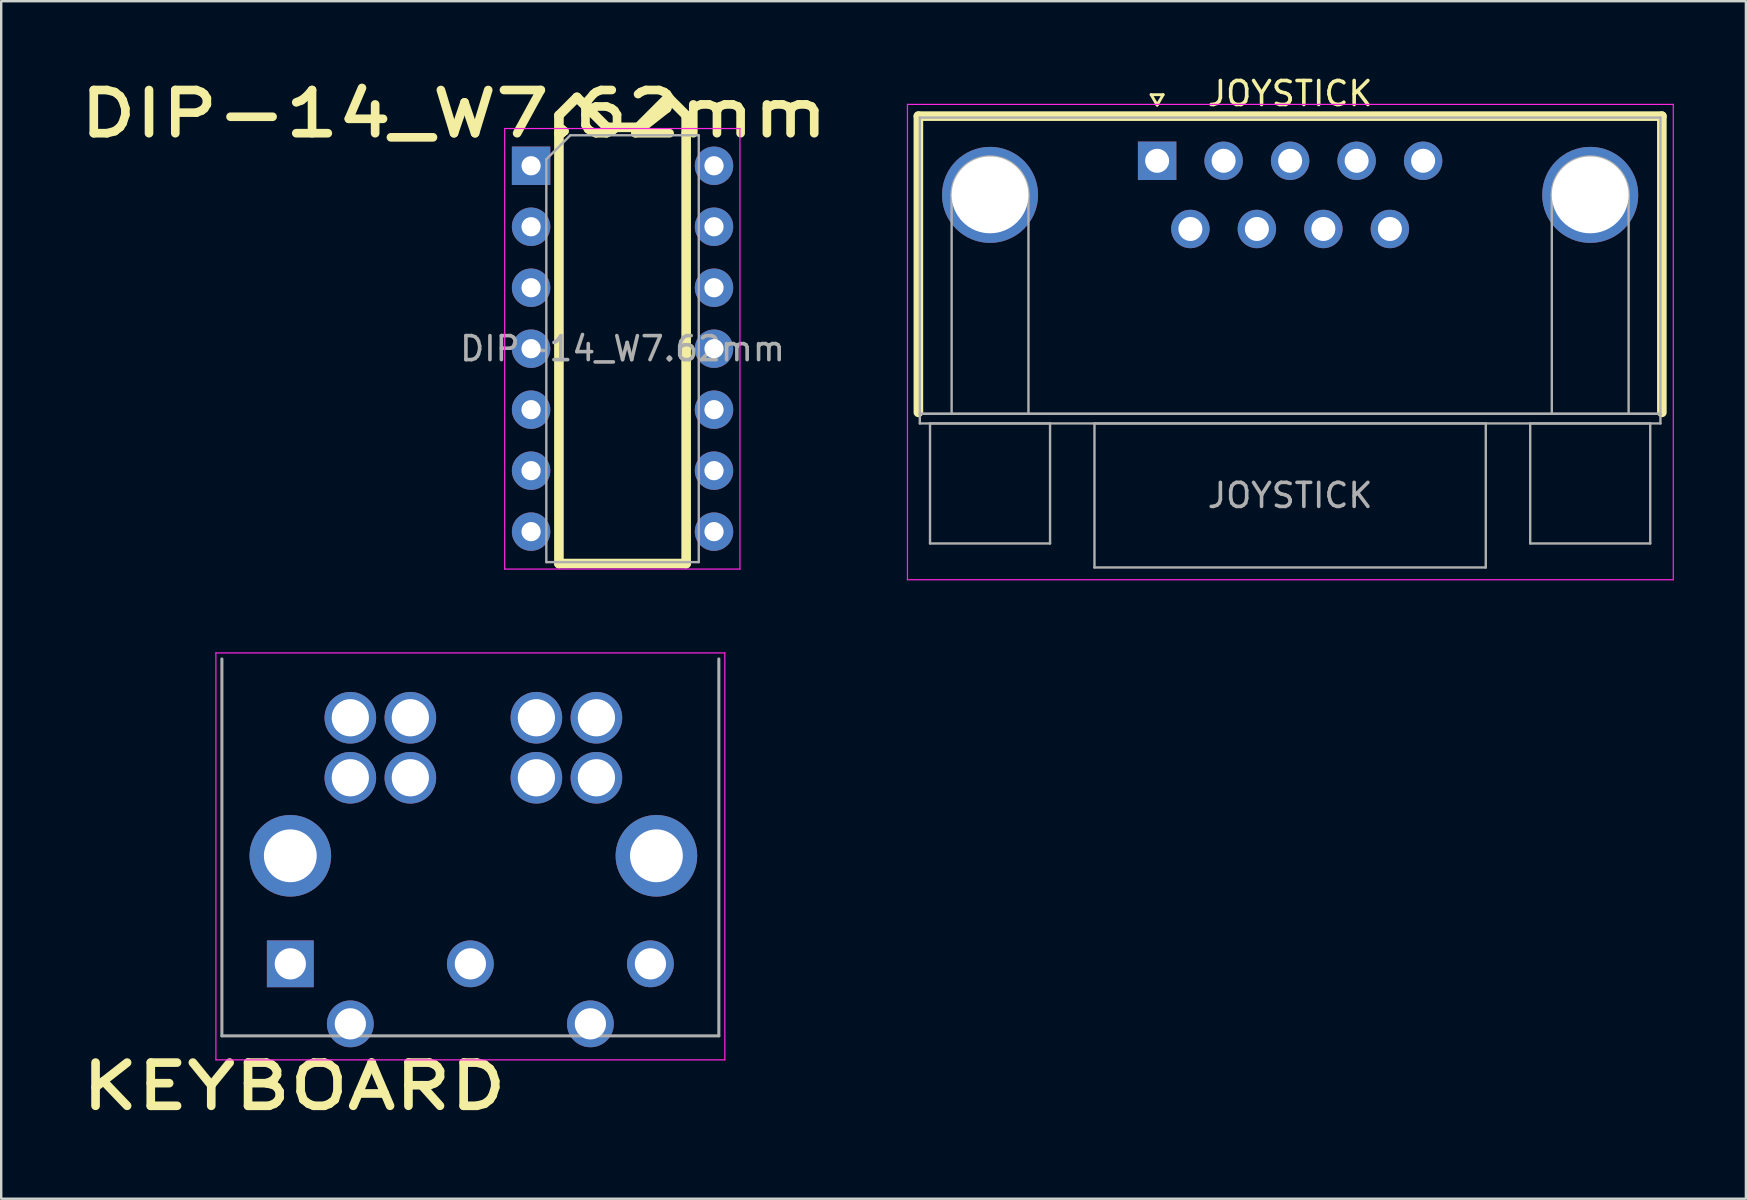
<source format=kicad_pcb>
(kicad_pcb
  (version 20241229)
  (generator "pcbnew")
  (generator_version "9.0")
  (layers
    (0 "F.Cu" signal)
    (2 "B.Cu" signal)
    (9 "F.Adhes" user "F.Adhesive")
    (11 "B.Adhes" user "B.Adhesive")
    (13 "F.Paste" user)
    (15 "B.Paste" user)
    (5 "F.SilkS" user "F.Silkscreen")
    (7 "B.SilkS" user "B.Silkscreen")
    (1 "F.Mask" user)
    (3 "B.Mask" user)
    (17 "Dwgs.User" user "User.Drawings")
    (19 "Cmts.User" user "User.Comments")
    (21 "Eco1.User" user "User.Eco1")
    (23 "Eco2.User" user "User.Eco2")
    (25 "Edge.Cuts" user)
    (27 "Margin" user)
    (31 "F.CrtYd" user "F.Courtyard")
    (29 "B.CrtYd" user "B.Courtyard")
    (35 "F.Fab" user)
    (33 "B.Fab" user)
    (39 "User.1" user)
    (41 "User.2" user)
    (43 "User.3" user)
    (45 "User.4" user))
  (footprint "DIP-14_W7.62mm"
    (layer "F.Cu")
    (at 19.052 3.845)
    (property "Reference" "DIP-14_W7.62mm" (at -3.19 -2.16 0) (layer "F.SilkS") (effects (font (size 1.8 2.3) (thickness 0.36) (bold yes))))
    (attr through_hole)
    (fp_line (start 1.18 -2.09) (end 1.93 -2.84) (stroke (width 0.4) (type default)) (layer "F.SilkS"))
    (fp_line (start 1.18 -1.32) (end 1.18 -2.09) (stroke (width 0.4) (type default)) (layer "F.SilkS"))
    (fp_line (start 1.18 -1.32) (end 1.18 16.58) (stroke (width 0.4) (type solid)) (layer "F.SilkS"))
    (fp_line (start 1.18 16.58) (end 6.48 16.58) (stroke (width 0.4) (type solid)) (layer "F.SilkS"))
    (fp_line (start 1.93 -2.84) (end 3.18 -1.59) (stroke (width 0.4) (type default)) (layer "F.SilkS"))
    (fp_line (start 3.18 -1.59) (end 4.48 -1.59) (stroke (width 0.4) (type default)) (layer "F.SilkS"))
    (fp_line (start 5.73 -2.84) (end 4.48 -1.59) (stroke (width 0.4) (type default)) (layer "F.SilkS"))
    (fp_line (start 6.48 -2.09) (end 5.73 -2.84) (stroke (width 0.4) (type default)) (layer "F.SilkS"))
    (fp_line (start 6.48 -1.32) (end 6.48 -2.09) (stroke (width 0.4) (type default)) (layer "F.SilkS"))
    (fp_line (start 6.48 16.58) (end 6.48 -1.32) (stroke (width 0.4) (type solid)) (layer "F.SilkS"))
    (fp_line (start -1.08 -1.54) (end -1.08 16.81) (stroke (width 0.05) (type solid)) (layer "F.CrtYd"))
    (fp_line (start -1.08 16.81) (end 8.72 16.81) (stroke (width 0.05) (type solid)) (layer "F.CrtYd"))
    (fp_line (start 8.72 -1.54) (end -1.08 -1.54) (stroke (width 0.05) (type solid)) (layer "F.CrtYd"))
    (fp_line (start 8.72 16.81) (end 8.72 -1.54) (stroke (width 0.05) (type solid)) (layer "F.CrtYd"))
    (fp_line (start 0.655 -0.26) (end 1.655 -1.26) (stroke (width 0.1) (type solid)) (layer "F.Fab"))
    (fp_line (start 0.655 16.52) (end 0.655 -0.26) (stroke (width 0.1) (type solid)) (layer "F.Fab"))
    (fp_line (start 1.655 -1.26) (end 7.005 -1.26) (stroke (width 0.1) (type solid)) (layer "F.Fab"))
    (fp_line (start 7.005 -1.26) (end 7.005 16.52) (stroke (width 0.1) (type solid)) (layer "F.Fab"))
    (fp_line (start 7.005 16.52) (end 0.655 16.52) (stroke (width 0.1) (type solid)) (layer "F.Fab"))
    (fp_text user "${REFERENCE}" (at 3.83 7.63 0) (layer "F.Fab") (effects (font (size 1 1) (thickness 0.15))))
    (pad "1" thru_hole rect (at 0.02 0.01) (size 1.6 1.6) (drill 0.8) (layers "*.Cu" "*.Mask"))
    (pad "2" thru_hole oval (at 0.02 2.55) (size 1.6 1.6) (drill 0.8) (layers "*.Cu" "*.Mask"))
    (pad "3" thru_hole oval (at 0.02 5.09) (size 1.6 1.6) (drill 0.8) (layers "*.Cu" "*.Mask"))
    (pad "4" thru_hole oval (at 0.02 7.63) (size 1.6 1.6) (drill 0.8) (layers "*.Cu" "*.Mask"))
    (pad "5" thru_hole oval (at 0.02 10.17) (size 1.6 1.6) (drill 0.8) (layers "*.Cu" "*.Mask"))
    (pad "6" thru_hole oval (at 0.02 12.71) (size 1.6 1.6) (drill 0.8) (layers "*.Cu" "*.Mask"))
    (pad "7" thru_hole oval (at 0.02 15.25) (size 1.6 1.6) (drill 0.8) (layers "*.Cu" "*.Mask"))
    (pad "8" thru_hole oval (at 7.64 15.25) (size 1.6 1.6) (drill 0.8) (layers "*.Cu" "*.Mask"))
    (pad "9" thru_hole oval (at 7.64 12.71) (size 1.6 1.6) (drill 0.8) (layers "*.Cu" "*.Mask"))
    (pad "10" thru_hole oval (at 7.64 10.17) (size 1.6 1.6) (drill 0.8) (layers "*.Cu" "*.Mask"))
    (pad "11" thru_hole oval (at 7.64 7.63) (size 1.6 1.6) (drill 0.8) (layers "*.Cu" "*.Mask"))
    (pad "12" thru_hole oval (at 7.64 5.09) (size 1.6 1.6) (drill 0.8) (layers "*.Cu" "*.Mask"))
    (pad "13" thru_hole oval (at 7.64 2.55) (size 1.6 1.6) (drill 0.8) (layers "*.Cu" "*.Mask"))
    (pad "14" thru_hole oval (at 7.64 0.01) (size 1.6 1.6) (drill 0.8) (layers "*.Cu" "*.Mask")))
  (footprint "KEYBOARD"
    (layer "F.Cu")
    (at 9.043 37.098)
    (property "Reference" "KEYBOARD" (at 9.21 5.1 180) (layer "F.SilkS") (effects (font (size 1.8 2.3) (thickness 0.36) (bold yes)) (justify right)))
    (attr through_hole)
    (fp_line (start -3.1 -12.95) (end -3.1 4) (stroke (width 0.05) (type solid)) (layer "F.CrtYd"))
    (fp_line (start -3.1 4) (end 18.1 4) (stroke (width 0.05) (type solid)) (layer "F.CrtYd"))
    (fp_line (start 18.1 -12.95) (end -3.1 -12.95) (stroke (width 0.05) (type solid)) (layer "F.CrtYd"))
    (fp_line (start 18.1 4) (end 18.1 -12.95) (stroke (width 0.05) (type solid)) (layer "F.CrtYd"))
    (fp_line (start -2.85 3) (end -2.85 -12.7) (stroke (width 0.127) (type solid)) (layer "F.Fab"))
    (fp_line (start 17.85 -12.7) (end 17.85 3) (stroke (width 0.127) (type solid)) (layer "F.Fab"))
    (fp_line (start 17.85 3) (end -2.85 3) (stroke (width 0.127) (type solid)) (layer "F.Fab"))
    (pad "1" thru_hole rect (at 0 0 180) (size 1.95 1.95) (drill 1.3) (layers "*.Cu" "*.Mask"))
    (pad "2" thru_hole circle (at 7.5 0 180) (size 1.95 1.95) (drill 1.3) (layers "*.Cu" "*.Mask"))
    (pad "3" thru_hole circle (at 15 0 180) (size 1.95 1.95) (drill 1.3) (layers "*.Cu" "*.Mask"))
    (pad "4" thru_hole circle (at 2.5 2.5 180) (size 1.95 1.95) (drill 1.3) (layers "*.Cu" "*.Mask"))
    (pad "5" thru_hole circle (at 12.5 2.5 180) (size 1.95 1.95) (drill 1.3) (layers "*.Cu" "*.Mask"))
    (pad "6" thru_hole circle (at 2.5 -10.25 180) (size 2.15 2.15) (drill 1.55) (layers "*.Cu" "*.Mask"))
    (pad "6" thru_hole circle (at 2.5 -7.75 180) (size 2.15 2.15) (drill 1.55) (layers "*.Cu" "*.Mask"))
    (pad "6" thru_hole circle (at 5 -10.25 180) (size 2.15 2.15) (drill 1.55) (layers "*.Cu" "*.Mask"))
    (pad "6" thru_hole circle (at 5 -7.75 180) (size 2.15 2.15) (drill 1.55) (layers "*.Cu" "*.Mask"))
    (pad "7" thru_hole circle (at 10.25 -10.25 180) (size 2.15 2.15) (drill 1.55) (layers "*.Cu" "*.Mask"))
    (pad "7" thru_hole circle (at 10.25 -7.75 180) (size 2.15 2.15) (drill 1.55) (layers "*.Cu" "*.Mask"))
    (pad "7" thru_hole circle (at 12.75 -10.25 180) (size 2.15 2.15) (drill 1.55) (layers "*.Cu" "*.Mask"))
    (pad "7" thru_hole circle (at 12.75 -7.75 180) (size 2.15 2.15) (drill 1.55) (layers "*.Cu" "*.Mask"))
    (pad "8" thru_hole circle (at 0 -4.5 180) (size 3.4 3.4) (drill 2.2) (layers "*.Cu" "*.Mask"))
    (pad "9" thru_hole circle (at 15.25 -4.5 180) (size 3.4 3.4) (drill 2.2) (layers "*.Cu" "*.Mask")))
  (footprint "JOYSTICK"
    (layer "F.Cu")
    (at 45.15 3.648)
    (property "Reference" "JOYSTICK" (at 5.54 -2.8 0) (layer "F.SilkS") (effects (font (size 1 1) (thickness 0.15))))
    (attr through_hole)
    (fp_line (start -9.945 -1.86) (end 21.025 -1.86) (stroke (width 0.4) (type solid)) (layer "F.SilkS"))
    (fp_line (start -9.945 10.48) (end -9.945 -1.86) (stroke (width 0.4) (type solid)) (layer "F.SilkS"))
    (fp_line (start -0.25 -2.754) (end 0.25 -2.754) (stroke (width 0.12) (type solid)) (layer "F.SilkS"))
    (fp_line (start 0 -2.321) (end -0.25 -2.754) (stroke (width 0.12) (type solid)) (layer "F.SilkS"))
    (fp_line (start 0.25 -2.754) (end 0 -2.321) (stroke (width 0.12) (type solid)) (layer "F.SilkS"))
    (fp_line (start 21.025 -1.86) (end 21.025 10.48) (stroke (width 0.4) (type solid)) (layer "F.SilkS"))
    (fp_line (start -10.4 -2.35) (end -10.4 17.45) (stroke (width 0.05) (type solid)) (layer "F.CrtYd"))
    (fp_line (start -10.4 17.45) (end 21.5 17.45) (stroke (width 0.05) (type solid)) (layer "F.CrtYd"))
    (fp_line (start 21.5 -2.35) (end -10.4 -2.35) (stroke (width 0.05) (type solid)) (layer "F.CrtYd"))
    (fp_line (start 21.5 17.45) (end 21.5 -2.35) (stroke (width 0.05) (type solid)) (layer "F.CrtYd"))
    (fp_line (start -9.885 -1.8) (end -9.885 10.54) (stroke (width 0.1) (type solid)) (layer "F.Fab"))
    (fp_line (start -9.885 10.54) (end -9.885 10.94) (stroke (width 0.1) (type solid)) (layer "F.Fab"))
    (fp_line (start -9.885 10.54) (end 20.965 10.54) (stroke (width 0.1) (type solid)) (layer "F.Fab"))
    (fp_line (start -9.885 10.94) (end 20.965 10.94) (stroke (width 0.1) (type solid)) (layer "F.Fab"))
    (fp_line (start -9.46 10.94) (end -9.46 15.94) (stroke (width 0.1) (type solid)) (layer "F.Fab"))
    (fp_line (start -9.46 15.94) (end -4.46 15.94) (stroke (width 0.1) (type solid)) (layer "F.Fab"))
    (fp_line (start -8.56 10.54) (end -8.56 1.42) (stroke (width 0.1) (type solid)) (layer "F.Fab"))
    (fp_line (start -5.36 10.54) (end -5.36 1.42) (stroke (width 0.1) (type solid)) (layer "F.Fab"))
    (fp_line (start -4.46 10.94) (end -9.46 10.94) (stroke (width 0.1) (type solid)) (layer "F.Fab"))
    (fp_line (start -4.46 15.94) (end -4.46 10.94) (stroke (width 0.1) (type solid)) (layer "F.Fab"))
    (fp_line (start -2.61 10.94) (end -2.61 16.94) (stroke (width 0.1) (type solid)) (layer "F.Fab"))
    (fp_line (start -2.61 16.94) (end 13.69 16.94) (stroke (width 0.1) (type solid)) (layer "F.Fab"))
    (fp_line (start 13.69 10.94) (end -2.61 10.94) (stroke (width 0.1) (type solid)) (layer "F.Fab"))
    (fp_line (start 13.69 16.94) (end 13.69 10.94) (stroke (width 0.1) (type solid)) (layer "F.Fab"))
    (fp_line (start 15.54 10.94) (end 15.54 15.94) (stroke (width 0.1) (type solid)) (layer "F.Fab"))
    (fp_line (start 15.54 15.94) (end 20.54 15.94) (stroke (width 0.1) (type solid)) (layer "F.Fab"))
    (fp_line (start 16.44 10.54) (end 16.44 1.42) (stroke (width 0.1) (type solid)) (layer "F.Fab"))
    (fp_line (start 19.64 10.54) (end 19.64 1.42) (stroke (width 0.1) (type solid)) (layer "F.Fab"))
    (fp_line (start 20.54 10.94) (end 15.54 10.94) (stroke (width 0.1) (type solid)) (layer "F.Fab"))
    (fp_line (start 20.54 15.94) (end 20.54 10.94) (stroke (width 0.1) (type solid)) (layer "F.Fab"))
    (fp_line (start 20.965 -1.8) (end -9.885 -1.8) (stroke (width 0.1) (type solid)) (layer "F.Fab"))
    (fp_line (start 20.965 10.54) (end -9.885 10.54) (stroke (width 0.1) (type solid)) (layer "F.Fab"))
    (fp_line (start 20.965 10.54) (end 20.965 -1.8) (stroke (width 0.1) (type solid)) (layer "F.Fab"))
    (fp_line (start 20.965 10.94) (end 20.965 10.54) (stroke (width 0.1) (type solid)) (layer "F.Fab"))
    (fp_arc (start -8.56 1.42) (mid -6.96 -0.18) (end -5.36 1.42) (stroke (width 0.1) (type solid)) (layer "F.Fab"))
    (fp_arc (start 16.44 1.42) (mid 18.04 -0.18) (end 19.64 1.42) (stroke (width 0.1) (type solid)) (layer "F.Fab"))
    (fp_text user "${REFERENCE}" (at 5.54 13.94 0) (layer "F.Fab") (effects (font (size 1 1) (thickness 0.15))))
    (pad "0" thru_hole circle (at -6.96 1.42) (size 4 4) (drill 3.2) (layers "*.Cu" "*.Mask"))
    (pad "0" thru_hole circle (at 18.04 1.42) (size 4 4) (drill 3.2) (layers "*.Cu" "*.Mask"))
    (pad "1" thru_hole rect (at 0 0) (size 1.6 1.6) (drill 1) (layers "*.Cu" "*.Mask"))
    (pad "2" thru_hole circle (at 2.77 0) (size 1.6 1.6) (drill 1) (layers "*.Cu" "*.Mask"))
    (pad "3" thru_hole circle (at 5.54 0) (size 1.6 1.6) (drill 1) (layers "*.Cu" "*.Mask"))
    (pad "4" thru_hole circle (at 8.31 0) (size 1.6 1.6) (drill 1) (layers "*.Cu" "*.Mask"))
    (pad "5" thru_hole circle (at 11.08 0) (size 1.6 1.6) (drill 1) (layers "*.Cu" "*.Mask"))
    (pad "6" thru_hole circle (at 1.385 2.84) (size 1.6 1.6) (drill 1) (layers "*.Cu" "*.Mask"))
    (pad "7" thru_hole circle (at 4.155 2.84) (size 1.6 1.6) (drill 1) (layers "*.Cu" "*.Mask"))
    (pad "8" thru_hole circle (at 6.925 2.84) (size 1.6 1.6) (drill 1) (layers "*.Cu" "*.Mask"))
    (pad "9" thru_hole circle (at 9.695 2.84) (size 1.6 1.6) (drill 1) (layers "*.Cu" "*.Mask")))
  (gr_rect
    (start -3 -3)
    (end 69.675 46.883)
    (stroke (width 0.1) (type default))
    (fill no)
    (layer "Edge.Cuts")))
</source>
